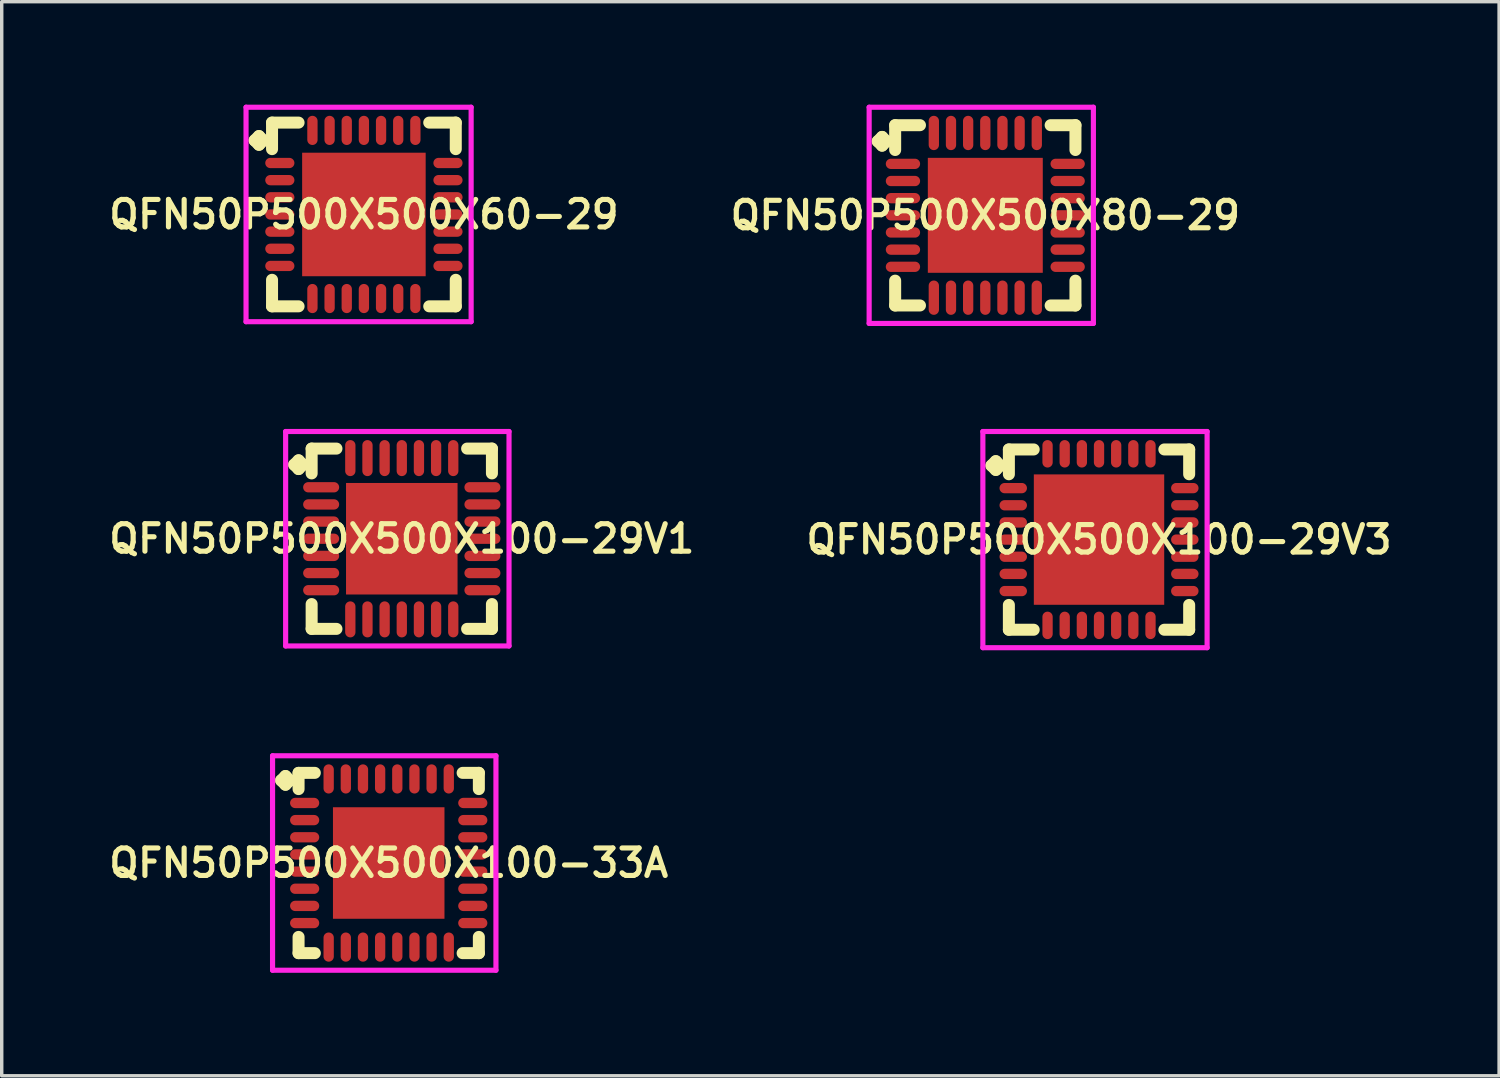
<source format=kicad_pcb>
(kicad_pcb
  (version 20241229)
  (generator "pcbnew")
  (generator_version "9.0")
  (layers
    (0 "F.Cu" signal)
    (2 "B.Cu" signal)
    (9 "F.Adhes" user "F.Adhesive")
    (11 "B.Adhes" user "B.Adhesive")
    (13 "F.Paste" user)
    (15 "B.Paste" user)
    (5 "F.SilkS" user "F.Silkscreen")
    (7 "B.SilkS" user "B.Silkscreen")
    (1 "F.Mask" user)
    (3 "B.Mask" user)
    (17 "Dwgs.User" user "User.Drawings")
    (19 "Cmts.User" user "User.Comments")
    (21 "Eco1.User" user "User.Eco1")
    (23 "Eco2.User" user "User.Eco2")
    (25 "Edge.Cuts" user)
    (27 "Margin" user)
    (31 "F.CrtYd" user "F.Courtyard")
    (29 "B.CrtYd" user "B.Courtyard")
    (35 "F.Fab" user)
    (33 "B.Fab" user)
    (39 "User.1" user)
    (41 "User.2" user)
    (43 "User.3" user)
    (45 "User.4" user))
  (footprint "QFN50P500X500X80-29"
    (layer "F.Cu")
    (at 25.664 3.225)
    (property "Reference" "QFN50P500X500X80-29" (at 0 0 0) (layer "F.SilkS") (effects (font (size 0.8 0.8) (thickness 0.15))))
    (attr smd)
    (fp_line (start -3.135 -2.158) (end -3.008 -2.285) (stroke (width 0.35) (type solid)) (layer "F.SilkS"))
    (fp_line (start -3.008 -2.285) (end -2.881 -2.158) (stroke (width 0.35) (type solid)) (layer "F.SilkS"))
    (fp_line (start -3.008 -2.031) (end -3.135 -2.158) (stroke (width 0.35) (type solid)) (layer "F.SilkS"))
    (fp_line (start -2.881 -2.158) (end -3.008 -2.031) (stroke (width 0.35) (type solid)) (layer "F.SilkS"))
    (fp_line (start -2.627 -2.627) (end -1.904 -2.627) (stroke (width 0.35) (type solid)) (layer "F.SilkS"))
    (fp_line (start -2.627 -1.904) (end -2.627 -2.627) (stroke (width 0.35) (type solid)) (layer "F.SilkS"))
    (fp_line (start -2.627 1.904) (end -2.627 2.627) (stroke (width 0.35) (type solid)) (layer "F.SilkS"))
    (fp_line (start -2.627 2.627) (end -1.904 2.627) (stroke (width 0.35) (type solid)) (layer "F.SilkS"))
    (fp_line (start 1.904 -2.627) (end 2.627 -2.627) (stroke (width 0.35) (type solid)) (layer "F.SilkS"))
    (fp_line (start 1.904 2.627) (end 2.627 2.627) (stroke (width 0.35) (type solid)) (layer "F.SilkS"))
    (fp_line (start 2.627 -2.627) (end 2.627 -1.904) (stroke (width 0.35) (type solid)) (layer "F.SilkS"))
    (fp_line (start 2.627 2.627) (end 2.627 1.904) (stroke (width 0.35) (type solid)) (layer "F.SilkS"))
    (fp_line (start -3.385 -3.15) (end 3.15 -3.15) (stroke (width 0.15) (type solid)) (layer "F.CrtYd"))
    (fp_line (start -3.385 3.15) (end -3.385 -3.15) (stroke (width 0.15) (type solid)) (layer "F.CrtYd"))
    (fp_line (start 3.15 -3.15) (end 3.15 3.15) (stroke (width 0.15) (type solid)) (layer "F.CrtYd"))
    (fp_line (start 3.15 3.15) (end -3.385 3.15) (stroke (width 0.15) (type solid)) (layer "F.CrtYd"))
    (pad "1" smd oval (at -2.4 -1.5) (size 1 0.3) (layers "F.Cu" "F.Mask" "F.Paste"))
    (pad "2" smd oval (at -2.4 -1) (size 1 0.3) (layers "F.Cu" "F.Mask" "F.Paste"))
    (pad "3" smd oval (at -2.4 -0.5) (size 1 0.3) (layers "F.Cu" "F.Mask" "F.Paste"))
    (pad "4" smd oval (at -2.4 0) (size 1 0.3) (layers "F.Cu" "F.Mask" "F.Paste"))
    (pad "5" smd oval (at -2.4 0.5) (size 1 0.3) (layers "F.Cu" "F.Mask" "F.Paste"))
    (pad "6" smd oval (at -2.4 1) (size 1 0.3) (layers "F.Cu" "F.Mask" "F.Paste"))
    (pad "7" smd oval (at -2.4 1.5) (size 1 0.3) (layers "F.Cu" "F.Mask" "F.Paste"))
    (pad "8" smd oval (at -1.5 2.4) (size 0.3 1) (layers "F.Cu" "F.Mask" "F.Paste"))
    (pad "9" smd oval (at -1 2.4) (size 0.3 1) (layers "F.Cu" "F.Mask" "F.Paste"))
    (pad "10" smd oval (at -0.5 2.4) (size 0.3 1) (layers "F.Cu" "F.Mask" "F.Paste"))
    (pad "11" smd oval (at 0 2.4) (size 0.3 1) (layers "F.Cu" "F.Mask" "F.Paste"))
    (pad "12" smd oval (at 0.5 2.4) (size 0.3 1) (layers "F.Cu" "F.Mask" "F.Paste"))
    (pad "13" smd oval (at 1 2.4) (size 0.3 1) (layers "F.Cu" "F.Mask" "F.Paste"))
    (pad "14" smd oval (at 1.5 2.4) (size 0.3 1) (layers "F.Cu" "F.Mask" "F.Paste"))
    (pad "15" smd oval (at 2.4 1.5) (size 1 0.3) (layers "F.Cu" "F.Mask" "F.Paste"))
    (pad "16" smd oval (at 2.4 1) (size 1 0.3) (layers "F.Cu" "F.Mask" "F.Paste"))
    (pad "17" smd oval (at 2.4 0.5) (size 1 0.3) (layers "F.Cu" "F.Mask" "F.Paste"))
    (pad "18" smd oval (at 2.4 0) (size 1 0.3) (layers "F.Cu" "F.Mask" "F.Paste"))
    (pad "19" smd oval (at 2.4 -0.5) (size 1 0.3) (layers "F.Cu" "F.Mask" "F.Paste"))
    (pad "20" smd oval (at 2.4 -1) (size 1 0.3) (layers "F.Cu" "F.Mask" "F.Paste"))
    (pad "21" smd oval (at 2.4 -1.5) (size 1 0.3) (layers "F.Cu" "F.Mask" "F.Paste"))
    (pad "22" smd oval (at 1.5 -2.4) (size 0.3 1) (layers "F.Cu" "F.Mask" "F.Paste"))
    (pad "23" smd oval (at 1 -2.4) (size 0.3 1) (layers "F.Cu" "F.Mask" "F.Paste"))
    (pad "24" smd oval (at 0.5 -2.4) (size 0.3 1) (layers "F.Cu" "F.Mask" "F.Paste"))
    (pad "25" smd oval (at 0 -2.4) (size 0.3 1) (layers "F.Cu" "F.Mask" "F.Paste"))
    (pad "26" smd oval (at -0.5 -2.4) (size 0.3 1) (layers "F.Cu" "F.Mask" "F.Paste"))
    (pad "27" smd oval (at -1 -2.4) (size 0.3 1) (layers "F.Cu" "F.Mask" "F.Paste"))
    (pad "28" smd oval (at -1.5 -2.4) (size 0.3 1) (layers "F.Cu" "F.Mask" "F.Paste"))
    (pad "29" smd rect (at 0 0) (size 3.35 3.35) (layers "F.Cu" "F.Mask" "F.Paste")))
  (footprint "QFN50P500X500X60-29"
    (layer "F.Cu")
    (at 7.555 3.2)
    (property "Reference" "QFN50P500X500X60-29" (at 0 0 0) (layer "F.SilkS") (effects (font (size 0.8 0.8) (thickness 0.15))))
    (attr smd)
    (fp_line (start -3.185 -2.158) (end -3.058 -2.285) (stroke (width 0.35) (type solid)) (layer "F.SilkS"))
    (fp_line (start -3.058 -2.285) (end -2.931 -2.158) (stroke (width 0.35) (type solid)) (layer "F.SilkS"))
    (fp_line (start -3.058 -2.031) (end -3.185 -2.158) (stroke (width 0.35) (type solid)) (layer "F.SilkS"))
    (fp_line (start -2.931 -2.158) (end -3.058 -2.031) (stroke (width 0.35) (type solid)) (layer "F.SilkS"))
    (fp_line (start -2.677 -2.677) (end -1.904 -2.677) (stroke (width 0.35) (type solid)) (layer "F.SilkS"))
    (fp_line (start -2.677 -1.904) (end -2.677 -2.677) (stroke (width 0.35) (type solid)) (layer "F.SilkS"))
    (fp_line (start -2.677 1.904) (end -2.677 2.677) (stroke (width 0.35) (type solid)) (layer "F.SilkS"))
    (fp_line (start -2.677 2.677) (end -1.904 2.677) (stroke (width 0.35) (type solid)) (layer "F.SilkS"))
    (fp_line (start 1.904 -2.677) (end 2.677 -2.677) (stroke (width 0.35) (type solid)) (layer "F.SilkS"))
    (fp_line (start 1.904 2.677) (end 2.677 2.677) (stroke (width 0.35) (type solid)) (layer "F.SilkS"))
    (fp_line (start 2.677 -2.677) (end 2.677 -1.904) (stroke (width 0.35) (type solid)) (layer "F.SilkS"))
    (fp_line (start 2.677 2.677) (end 2.677 1.904) (stroke (width 0.35) (type solid)) (layer "F.SilkS"))
    (fp_line (start -3.435 -3.125) (end 3.125 -3.125) (stroke (width 0.15) (type solid)) (layer "F.CrtYd"))
    (fp_line (start -3.435 3.125) (end -3.435 -3.125) (stroke (width 0.15) (type solid)) (layer "F.CrtYd"))
    (fp_line (start 3.125 -3.125) (end 3.125 3.125) (stroke (width 0.15) (type solid)) (layer "F.CrtYd"))
    (fp_line (start 3.125 3.125) (end -3.435 3.125) (stroke (width 0.15) (type solid)) (layer "F.CrtYd"))
    (pad "1" smd oval (at -2.45 -1.5) (size 0.85 0.3) (layers "F.Cu" "F.Mask" "F.Paste"))
    (pad "2" smd oval (at -2.45 -1) (size 0.85 0.3) (layers "F.Cu" "F.Mask" "F.Paste"))
    (pad "3" smd oval (at -2.45 -0.5) (size 0.85 0.3) (layers "F.Cu" "F.Mask" "F.Paste"))
    (pad "4" smd oval (at -2.45 0) (size 0.85 0.3) (layers "F.Cu" "F.Mask" "F.Paste"))
    (pad "5" smd oval (at -2.45 0.5) (size 0.85 0.3) (layers "F.Cu" "F.Mask" "F.Paste"))
    (pad "6" smd oval (at -2.45 1) (size 0.85 0.3) (layers "F.Cu" "F.Mask" "F.Paste"))
    (pad "7" smd oval (at -2.45 1.5) (size 0.85 0.3) (layers "F.Cu" "F.Mask" "F.Paste"))
    (pad "8" smd oval (at -1.5 2.45) (size 0.3 0.85) (layers "F.Cu" "F.Mask" "F.Paste"))
    (pad "9" smd oval (at -1 2.45) (size 0.3 0.85) (layers "F.Cu" "F.Mask" "F.Paste"))
    (pad "10" smd oval (at -0.5 2.45) (size 0.3 0.85) (layers "F.Cu" "F.Mask" "F.Paste"))
    (pad "11" smd oval (at 0 2.45) (size 0.3 0.85) (layers "F.Cu" "F.Mask" "F.Paste"))
    (pad "12" smd oval (at 0.5 2.45) (size 0.3 0.85) (layers "F.Cu" "F.Mask" "F.Paste"))
    (pad "13" smd oval (at 1 2.45) (size 0.3 0.85) (layers "F.Cu" "F.Mask" "F.Paste"))
    (pad "14" smd oval (at 1.5 2.45) (size 0.3 0.85) (layers "F.Cu" "F.Mask" "F.Paste"))
    (pad "15" smd oval (at 2.45 1.5) (size 0.85 0.3) (layers "F.Cu" "F.Mask" "F.Paste"))
    (pad "16" smd oval (at 2.45 1) (size 0.85 0.3) (layers "F.Cu" "F.Mask" "F.Paste"))
    (pad "17" smd oval (at 2.45 0.5) (size 0.85 0.3) (layers "F.Cu" "F.Mask" "F.Paste"))
    (pad "18" smd oval (at 2.45 0) (size 0.85 0.3) (layers "F.Cu" "F.Mask" "F.Paste"))
    (pad "19" smd oval (at 2.45 -0.5) (size 0.85 0.3) (layers "F.Cu" "F.Mask" "F.Paste"))
    (pad "20" smd oval (at 2.45 -1) (size 0.85 0.3) (layers "F.Cu" "F.Mask" "F.Paste"))
    (pad "21" smd oval (at 2.45 -1.5) (size 0.85 0.3) (layers "F.Cu" "F.Mask" "F.Paste"))
    (pad "22" smd oval (at 1.5 -2.45) (size 0.3 0.85) (layers "F.Cu" "F.Mask" "F.Paste"))
    (pad "23" smd oval (at 1 -2.45) (size 0.3 0.85) (layers "F.Cu" "F.Mask" "F.Paste"))
    (pad "24" smd oval (at 0.5 -2.45) (size 0.3 0.85) (layers "F.Cu" "F.Mask" "F.Paste"))
    (pad "25" smd oval (at 0 -2.45) (size 0.3 0.85) (layers "F.Cu" "F.Mask" "F.Paste"))
    (pad "26" smd oval (at -0.5 -2.45) (size 0.3 0.85) (layers "F.Cu" "F.Mask" "F.Paste"))
    (pad "27" smd oval (at -1 -2.45) (size 0.3 0.85) (layers "F.Cu" "F.Mask" "F.Paste"))
    (pad "28" smd oval (at -1.5 -2.45) (size 0.3 0.85) (layers "F.Cu" "F.Mask" "F.Paste"))
    (pad "29" smd rect (at 0 0) (size 3.6 3.6) (layers "F.Cu" "F.Mask" "F.Paste")))
  (footprint "QFN50P500X500X100-29V3"
    (layer "F.Cu")
    (at 28.978 12.675)
    (property "Reference" "QFN50P500X500X100-29V3" (at 0 0 0) (layer "F.SilkS") (effects (font (size 0.8 0.8) (thickness 0.15))))
    (attr smd)
    (fp_line (start -3.135 -2.158) (end -3.008 -2.285) (stroke (width 0.35) (type solid)) (layer "F.SilkS"))
    (fp_line (start -3.008 -2.285) (end -2.881 -2.158) (stroke (width 0.35) (type solid)) (layer "F.SilkS"))
    (fp_line (start -3.008 -2.031) (end -3.135 -2.158) (stroke (width 0.35) (type solid)) (layer "F.SilkS"))
    (fp_line (start -2.881 -2.158) (end -3.008 -2.031) (stroke (width 0.35) (type solid)) (layer "F.SilkS"))
    (fp_line (start -2.627 -2.627) (end -1.904 -2.627) (stroke (width 0.35) (type solid)) (layer "F.SilkS"))
    (fp_line (start -2.627 -1.904) (end -2.627 -2.627) (stroke (width 0.35) (type solid)) (layer "F.SilkS"))
    (fp_line (start -2.627 1.904) (end -2.627 2.627) (stroke (width 0.35) (type solid)) (layer "F.SilkS"))
    (fp_line (start -2.627 2.627) (end -1.904 2.627) (stroke (width 0.35) (type solid)) (layer "F.SilkS"))
    (fp_line (start 1.904 -2.627) (end 2.627 -2.627) (stroke (width 0.35) (type solid)) (layer "F.SilkS"))
    (fp_line (start 1.904 2.627) (end 2.627 2.627) (stroke (width 0.35) (type solid)) (layer "F.SilkS"))
    (fp_line (start 2.627 -2.627) (end 2.627 -1.904) (stroke (width 0.35) (type solid)) (layer "F.SilkS"))
    (fp_line (start 2.627 2.627) (end 2.627 1.904) (stroke (width 0.35) (type solid)) (layer "F.SilkS"))
    (fp_line (start -3.385 -3.15) (end 3.15 -3.15) (stroke (width 0.15) (type solid)) (layer "F.CrtYd"))
    (fp_line (start -3.385 3.15) (end -3.385 -3.15) (stroke (width 0.15) (type solid)) (layer "F.CrtYd"))
    (fp_line (start 3.15 -3.15) (end 3.15 3.15) (stroke (width 0.15) (type solid)) (layer "F.CrtYd"))
    (fp_line (start 3.15 3.15) (end -3.385 3.15) (stroke (width 0.15) (type solid)) (layer "F.CrtYd"))
    (pad "1" smd oval (at -2.5 -1.5) (size 0.8 0.3) (layers "F.Cu" "F.Mask" "F.Paste"))
    (pad "2" smd oval (at -2.5 -1) (size 0.8 0.3) (layers "F.Cu" "F.Mask" "F.Paste"))
    (pad "3" smd oval (at -2.5 -0.5) (size 0.8 0.3) (layers "F.Cu" "F.Mask" "F.Paste"))
    (pad "4" smd oval (at -2.5 0) (size 0.8 0.3) (layers "F.Cu" "F.Mask" "F.Paste"))
    (pad "5" smd oval (at -2.5 0.5) (size 0.8 0.3) (layers "F.Cu" "F.Mask" "F.Paste"))
    (pad "6" smd oval (at -2.5 1) (size 0.8 0.3) (layers "F.Cu" "F.Mask" "F.Paste"))
    (pad "7" smd oval (at -2.5 1.5) (size 0.8 0.3) (layers "F.Cu" "F.Mask" "F.Paste"))
    (pad "8" smd oval (at -1.5 2.5) (size 0.3 0.8) (layers "F.Cu" "F.Mask" "F.Paste"))
    (pad "9" smd oval (at -1 2.5) (size 0.3 0.8) (layers "F.Cu" "F.Mask" "F.Paste"))
    (pad "10" smd oval (at -0.5 2.5) (size 0.3 0.8) (layers "F.Cu" "F.Mask" "F.Paste"))
    (pad "11" smd oval (at 0 2.5) (size 0.3 0.8) (layers "F.Cu" "F.Mask" "F.Paste"))
    (pad "12" smd oval (at 0.5 2.5) (size 0.3 0.8) (layers "F.Cu" "F.Mask" "F.Paste"))
    (pad "13" smd oval (at 1 2.5) (size 0.3 0.8) (layers "F.Cu" "F.Mask" "F.Paste"))
    (pad "14" smd oval (at 1.5 2.5) (size 0.3 0.8) (layers "F.Cu" "F.Mask" "F.Paste"))
    (pad "15" smd oval (at 2.5 1.5) (size 0.8 0.3) (layers "F.Cu" "F.Mask" "F.Paste"))
    (pad "16" smd oval (at 2.5 1) (size 0.8 0.3) (layers "F.Cu" "F.Mask" "F.Paste"))
    (pad "17" smd oval (at 2.5 0.5) (size 0.8 0.3) (layers "F.Cu" "F.Mask" "F.Paste"))
    (pad "18" smd oval (at 2.5 0) (size 0.8 0.3) (layers "F.Cu" "F.Mask" "F.Paste"))
    (pad "19" smd oval (at 2.5 -0.5) (size 0.8 0.3) (layers "F.Cu" "F.Mask" "F.Paste"))
    (pad "20" smd oval (at 2.5 -1) (size 0.8 0.3) (layers "F.Cu" "F.Mask" "F.Paste"))
    (pad "21" smd oval (at 2.5 -1.5) (size 0.8 0.3) (layers "F.Cu" "F.Mask" "F.Paste"))
    (pad "22" smd oval (at 1.5 -2.5) (size 0.3 0.8) (layers "F.Cu" "F.Mask" "F.Paste"))
    (pad "23" smd oval (at 1 -2.5) (size 0.3 0.8) (layers "F.Cu" "F.Mask" "F.Paste"))
    (pad "24" smd oval (at 0.5 -2.5) (size 0.3 0.8) (layers "F.Cu" "F.Mask" "F.Paste"))
    (pad "25" smd oval (at 0 -2.5) (size 0.3 0.8) (layers "F.Cu" "F.Mask" "F.Paste"))
    (pad "26" smd oval (at -0.5 -2.5) (size 0.3 0.8) (layers "F.Cu" "F.Mask" "F.Paste"))
    (pad "27" smd oval (at -1 -2.5) (size 0.3 0.8) (layers "F.Cu" "F.Mask" "F.Paste"))
    (pad "28" smd oval (at -1.5 -2.5) (size 0.3 0.8) (layers "F.Cu" "F.Mask" "F.Paste"))
    (pad "29" smd rect (at 0 0) (size 3.8 3.8) (layers "F.Cu" "F.Mask" "F.Paste")))
  (footprint "QFN50P500X500X100-33A"
    (layer "F.Cu")
    (at 8.278 22.1)
    (property "Reference" "QFN50P500X500X100-33A" (at 0 0 0) (layer "F.SilkS") (effects (font (size 0.8 0.8) (thickness 0.15))))
    (attr smd)
    (fp_line (start -3.135 -2.408) (end -3.008 -2.535) (stroke (width 0.35) (type solid)) (layer "F.SilkS"))
    (fp_line (start -3.008 -2.535) (end -2.881 -2.408) (stroke (width 0.35) (type solid)) (layer "F.SilkS"))
    (fp_line (start -3.008 -2.281) (end -3.135 -2.408) (stroke (width 0.35) (type solid)) (layer "F.SilkS"))
    (fp_line (start -2.881 -2.408) (end -3.008 -2.281) (stroke (width 0.35) (type solid)) (layer "F.SilkS"))
    (fp_line (start -2.627 -2.627) (end -2.154 -2.627) (stroke (width 0.35) (type solid)) (layer "F.SilkS"))
    (fp_line (start -2.627 -2.154) (end -2.627 -2.627) (stroke (width 0.35) (type solid)) (layer "F.SilkS"))
    (fp_line (start -2.627 2.154) (end -2.627 2.627) (stroke (width 0.35) (type solid)) (layer "F.SilkS"))
    (fp_line (start -2.627 2.627) (end -2.154 2.627) (stroke (width 0.35) (type solid)) (layer "F.SilkS"))
    (fp_line (start 2.154 -2.627) (end 2.627 -2.627) (stroke (width 0.35) (type solid)) (layer "F.SilkS"))
    (fp_line (start 2.154 2.627) (end 2.627 2.627) (stroke (width 0.35) (type solid)) (layer "F.SilkS"))
    (fp_line (start 2.627 -2.627) (end 2.627 -2.154) (stroke (width 0.35) (type solid)) (layer "F.SilkS"))
    (fp_line (start 2.627 2.627) (end 2.627 2.154) (stroke (width 0.35) (type solid)) (layer "F.SilkS"))
    (fp_line (start -3.385 -3.125) (end 3.125 -3.125) (stroke (width 0.15) (type solid)) (layer "F.CrtYd"))
    (fp_line (start -3.385 3.125) (end -3.385 -3.125) (stroke (width 0.15) (type solid)) (layer "F.CrtYd"))
    (fp_line (start 3.125 -3.125) (end 3.125 3.125) (stroke (width 0.15) (type solid)) (layer "F.CrtYd"))
    (fp_line (start 3.125 3.125) (end -3.385 3.125) (stroke (width 0.15) (type solid)) (layer "F.CrtYd"))
    (pad "1" smd oval (at -2.45 -1.75) (size 0.85 0.3) (layers "F.Cu" "F.Mask" "F.Paste"))
    (pad "2" smd oval (at -2.45 -1.25) (size 0.85 0.3) (layers "F.Cu" "F.Mask" "F.Paste"))
    (pad "3" smd oval (at -2.45 -0.75) (size 0.85 0.3) (layers "F.Cu" "F.Mask" "F.Paste"))
    (pad "4" smd oval (at -2.45 -0.25) (size 0.85 0.3) (layers "F.Cu" "F.Mask" "F.Paste"))
    (pad "5" smd oval (at -2.45 0.25) (size 0.85 0.3) (layers "F.Cu" "F.Mask" "F.Paste"))
    (pad "6" smd oval (at -2.45 0.75) (size 0.85 0.3) (layers "F.Cu" "F.Mask" "F.Paste"))
    (pad "7" smd oval (at -2.45 1.25) (size 0.85 0.3) (layers "F.Cu" "F.Mask" "F.Paste"))
    (pad "8" smd oval (at -2.45 1.75) (size 0.85 0.3) (layers "F.Cu" "F.Mask" "F.Paste"))
    (pad "9" smd oval (at -1.75 2.45) (size 0.3 0.85) (layers "F.Cu" "F.Mask" "F.Paste"))
    (pad "10" smd oval (at -1.25 2.45) (size 0.3 0.85) (layers "F.Cu" "F.Mask" "F.Paste"))
    (pad "11" smd oval (at -0.75 2.45) (size 0.3 0.85) (layers "F.Cu" "F.Mask" "F.Paste"))
    (pad "12" smd oval (at -0.25 2.45) (size 0.3 0.85) (layers "F.Cu" "F.Mask" "F.Paste"))
    (pad "13" smd oval (at 0.25 2.45) (size 0.3 0.85) (layers "F.Cu" "F.Mask" "F.Paste"))
    (pad "14" smd oval (at 0.75 2.45) (size 0.3 0.85) (layers "F.Cu" "F.Mask" "F.Paste"))
    (pad "15" smd oval (at 1.25 2.45) (size 0.3 0.85) (layers "F.Cu" "F.Mask" "F.Paste"))
    (pad "16" smd oval (at 1.75 2.45) (size 0.3 0.85) (layers "F.Cu" "F.Mask" "F.Paste"))
    (pad "17" smd oval (at 2.45 1.75) (size 0.85 0.3) (layers "F.Cu" "F.Mask" "F.Paste"))
    (pad "18" smd oval (at 2.45 1.25) (size 0.85 0.3) (layers "F.Cu" "F.Mask" "F.Paste"))
    (pad "19" smd oval (at 2.45 0.75) (size 0.85 0.3) (layers "F.Cu" "F.Mask" "F.Paste"))
    (pad "20" smd oval (at 2.45 0.25) (size 0.85 0.3) (layers "F.Cu" "F.Mask" "F.Paste"))
    (pad "21" smd oval (at 2.45 -0.25) (size 0.85 0.3) (layers "F.Cu" "F.Mask" "F.Paste"))
    (pad "22" smd oval (at 2.45 -0.75) (size 0.85 0.3) (layers "F.Cu" "F.Mask" "F.Paste"))
    (pad "23" smd oval (at 2.45 -1.25) (size 0.85 0.3) (layers "F.Cu" "F.Mask" "F.Paste"))
    (pad "24" smd oval (at 2.45 -1.75) (size 0.85 0.3) (layers "F.Cu" "F.Mask" "F.Paste"))
    (pad "25" smd oval (at 1.75 -2.45) (size 0.3 0.85) (layers "F.Cu" "F.Mask" "F.Paste"))
    (pad "26" smd oval (at 1.25 -2.45) (size 0.3 0.85) (layers "F.Cu" "F.Mask" "F.Paste"))
    (pad "27" smd oval (at 0.75 -2.45) (size 0.3 0.85) (layers "F.Cu" "F.Mask" "F.Paste"))
    (pad "28" smd oval (at 0.25 -2.45) (size 0.3 0.85) (layers "F.Cu" "F.Mask" "F.Paste"))
    (pad "29" smd oval (at -0.25 -2.45) (size 0.3 0.85) (layers "F.Cu" "F.Mask" "F.Paste"))
    (pad "30" smd oval (at -0.75 -2.45) (size 0.3 0.85) (layers "F.Cu" "F.Mask" "F.Paste"))
    (pad "31" smd oval (at -1.25 -2.45) (size 0.3 0.85) (layers "F.Cu" "F.Mask" "F.Paste"))
    (pad "32" smd oval (at -1.75 -2.45) (size 0.3 0.85) (layers "F.Cu" "F.Mask" "F.Paste"))
    (pad "33" smd rect (at 0 0) (size 3.25 3.25) (layers "F.Cu" "F.Mask" "F.Paste")))
  (footprint "QFN50P500X500X100-29V1"
    (layer "F.Cu")
    (at 8.659 12.65)
    (property "Reference" "QFN50P500X500X100-29V1" (at 0 0 0) (layer "F.SilkS") (effects (font (size 0.8 0.8) (thickness 0.15))))
    (attr smd)
    (fp_line (start -3.135 -2.158) (end -3.008 -2.285) (stroke (width 0.35) (type solid)) (layer "F.SilkS"))
    (fp_line (start -3.008 -2.285) (end -2.881 -2.158) (stroke (width 0.35) (type solid)) (layer "F.SilkS"))
    (fp_line (start -3.008 -2.031) (end -3.135 -2.158) (stroke (width 0.35) (type solid)) (layer "F.SilkS"))
    (fp_line (start -2.881 -2.158) (end -3.008 -2.031) (stroke (width 0.35) (type solid)) (layer "F.SilkS"))
    (fp_line (start -2.627 -2.627) (end -1.904 -2.627) (stroke (width 0.35) (type solid)) (layer "F.SilkS"))
    (fp_line (start -2.627 -1.904) (end -2.627 -2.627) (stroke (width 0.35) (type solid)) (layer "F.SilkS"))
    (fp_line (start -2.627 1.904) (end -2.627 2.627) (stroke (width 0.35) (type solid)) (layer "F.SilkS"))
    (fp_line (start -2.627 2.627) (end -1.904 2.627) (stroke (width 0.35) (type solid)) (layer "F.SilkS"))
    (fp_line (start 1.904 -2.627) (end 2.627 -2.627) (stroke (width 0.35) (type solid)) (layer "F.SilkS"))
    (fp_line (start 1.904 2.627) (end 2.627 2.627) (stroke (width 0.35) (type solid)) (layer "F.SilkS"))
    (fp_line (start 2.627 -2.627) (end 2.627 -1.904) (stroke (width 0.35) (type solid)) (layer "F.SilkS"))
    (fp_line (start 2.627 2.627) (end 2.627 1.904) (stroke (width 0.35) (type solid)) (layer "F.SilkS"))
    (fp_line (start -3.385 -3.125) (end 3.125 -3.125) (stroke (width 0.15) (type solid)) (layer "F.CrtYd"))
    (fp_line (start -3.385 3.125) (end -3.385 -3.125) (stroke (width 0.15) (type solid)) (layer "F.CrtYd"))
    (fp_line (start 3.125 -3.125) (end 3.125 3.125) (stroke (width 0.15) (type solid)) (layer "F.CrtYd"))
    (fp_line (start 3.125 3.125) (end -3.385 3.125) (stroke (width 0.15) (type solid)) (layer "F.CrtYd"))
    (pad "1" smd oval (at -2.35 -1.5) (size 1.05 0.3) (layers "F.Cu" "F.Mask" "F.Paste"))
    (pad "2" smd oval (at -2.35 -1) (size 1.05 0.3) (layers "F.Cu" "F.Mask" "F.Paste"))
    (pad "3" smd oval (at -2.35 -0.5) (size 1.05 0.3) (layers "F.Cu" "F.Mask" "F.Paste"))
    (pad "4" smd oval (at -2.35 0) (size 1.05 0.3) (layers "F.Cu" "F.Mask" "F.Paste"))
    (pad "5" smd oval (at -2.35 0.5) (size 1.05 0.3) (layers "F.Cu" "F.Mask" "F.Paste"))
    (pad "6" smd oval (at -2.35 1) (size 1.05 0.3) (layers "F.Cu" "F.Mask" "F.Paste"))
    (pad "7" smd oval (at -2.35 1.5) (size 1.05 0.3) (layers "F.Cu" "F.Mask" "F.Paste"))
    (pad "8" smd oval (at -1.5 2.35) (size 0.3 1.05) (layers "F.Cu" "F.Mask" "F.Paste"))
    (pad "9" smd oval (at -1 2.35) (size 0.3 1.05) (layers "F.Cu" "F.Mask" "F.Paste"))
    (pad "10" smd oval (at -0.5 2.35) (size 0.3 1.05) (layers "F.Cu" "F.Mask" "F.Paste"))
    (pad "11" smd oval (at 0 2.35) (size 0.3 1.05) (layers "F.Cu" "F.Mask" "F.Paste"))
    (pad "12" smd oval (at 0.5 2.35) (size 0.3 1.05) (layers "F.Cu" "F.Mask" "F.Paste"))
    (pad "13" smd oval (at 1 2.35) (size 0.3 1.05) (layers "F.Cu" "F.Mask" "F.Paste"))
    (pad "14" smd oval (at 1.5 2.35) (size 0.3 1.05) (layers "F.Cu" "F.Mask" "F.Paste"))
    (pad "15" smd oval (at 2.35 1.5) (size 1.05 0.3) (layers "F.Cu" "F.Mask" "F.Paste"))
    (pad "16" smd oval (at 2.35 1) (size 1.05 0.3) (layers "F.Cu" "F.Mask" "F.Paste"))
    (pad "17" smd oval (at 2.35 0.5) (size 1.05 0.3) (layers "F.Cu" "F.Mask" "F.Paste"))
    (pad "18" smd oval (at 2.35 0) (size 1.05 0.3) (layers "F.Cu" "F.Mask" "F.Paste"))
    (pad "19" smd oval (at 2.35 -0.5) (size 1.05 0.3) (layers "F.Cu" "F.Mask" "F.Paste"))
    (pad "20" smd oval (at 2.35 -1) (size 1.05 0.3) (layers "F.Cu" "F.Mask" "F.Paste"))
    (pad "21" smd oval (at 2.35 -1.5) (size 1.05 0.3) (layers "F.Cu" "F.Mask" "F.Paste"))
    (pad "22" smd oval (at 1.5 -2.35) (size 0.3 1.05) (layers "F.Cu" "F.Mask" "F.Paste"))
    (pad "23" smd oval (at 1 -2.35) (size 0.3 1.05) (layers "F.Cu" "F.Mask" "F.Paste"))
    (pad "24" smd oval (at 0.5 -2.35) (size 0.3 1.05) (layers "F.Cu" "F.Mask" "F.Paste"))
    (pad "25" smd oval (at 0 -2.35) (size 0.3 1.05) (layers "F.Cu" "F.Mask" "F.Paste"))
    (pad "26" smd oval (at -0.5 -2.35) (size 0.3 1.05) (layers "F.Cu" "F.Mask" "F.Paste"))
    (pad "27" smd oval (at -1 -2.35) (size 0.3 1.05) (layers "F.Cu" "F.Mask" "F.Paste"))
    (pad "28" smd oval (at -1.5 -2.35) (size 0.3 1.05) (layers "F.Cu" "F.Mask" "F.Paste"))
    (pad "29" smd rect (at 0 0) (size 3.25 3.25) (layers "F.Cu" "F.Mask" "F.Paste")))
  (gr_rect
    (start -3 -3)
    (end 40.637 28.3)
    (stroke (width 0.1) (type default))
    (fill no)
    (layer "Edge.Cuts")))
</source>
